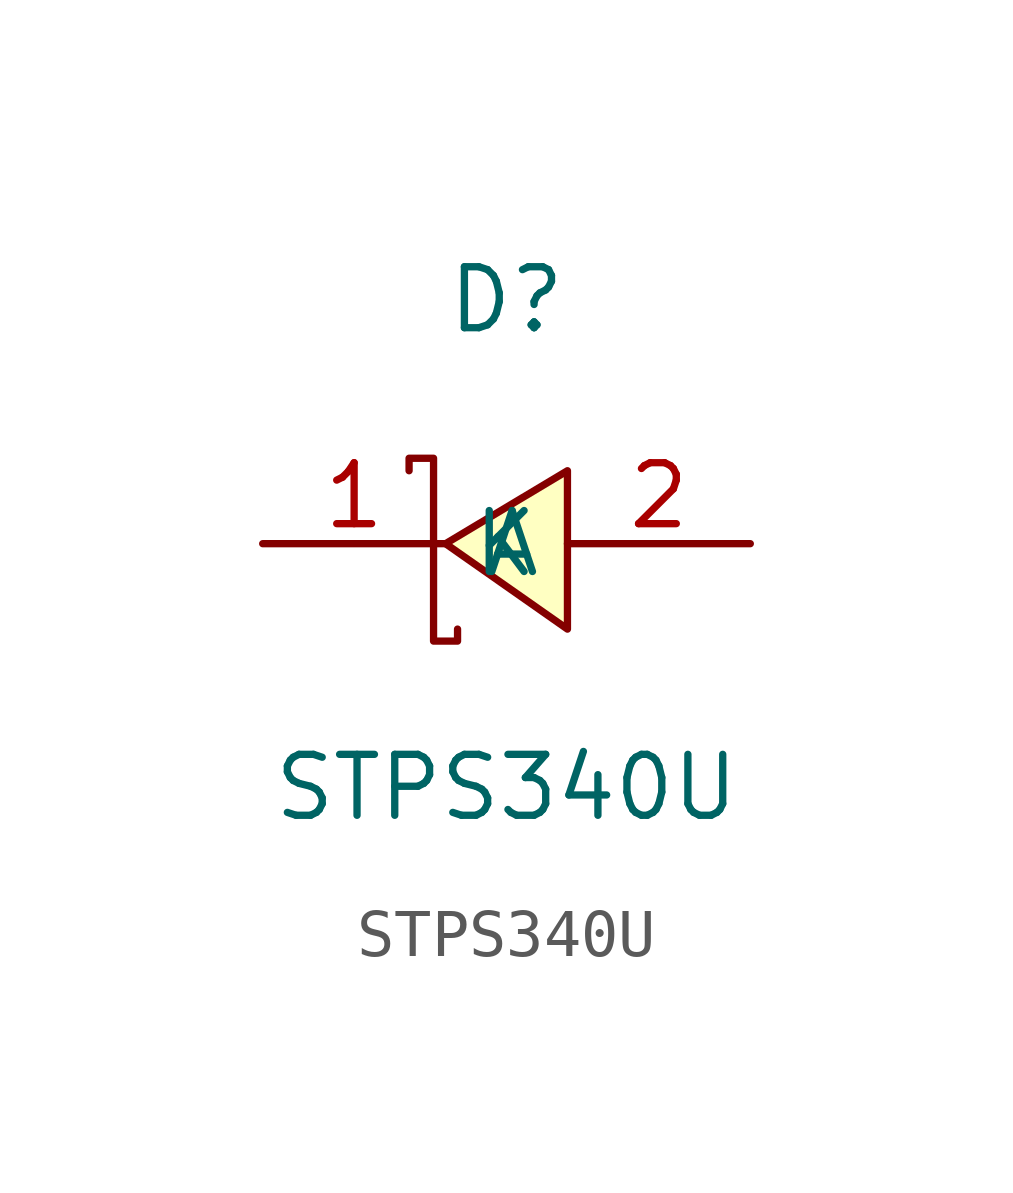
<source format=kicad_sym>
(kicad_symbol_lib
  (version 1)
  (generator "faebryk")
  (symbol "STPS340U"
    (property "Reference" "D"
      (at 0 5.08 0)
      (effects (font (size 1.27 1.27)) (hide no)))
    (property "Value" "STPS340U"
      (at 0 -5.08 0)
      (effects (font (size 1.27 1.27)) (hide no)))
    (symbol "STPS340U_0_1"
      (polyline (stroke (width 0) (type default) (color 0 0 0 0)) (fill (type background)) (pts (xy 1.27 1.52) (xy -1.27 0) (xy 1.27 -1.78) (xy 1.27 1.52)))
      (polyline (stroke (width 0) (type default) (color 0 0 0 0)) (fill (type none)) (pts (xy -2.03 1.52) (xy -2.03 1.78) (xy -1.52 1.78) (xy -1.52 -2.03) (xy -1.02 -2.03) (xy -1.02 -1.78)))
      (pin unspecified line (at 5.08 0 180) (length 3.81) (name "A" (effects (font (size 1.27 1.27)) (hide no))) (number "2" (effects (font (size 1.27 1.27)) (hide no))))
      (pin unspecified line (at -5.08 0 0) (length 3.81) (name "K" (effects (font (size 1.27 1.27)) (hide no))) (number "1" (effects (font (size 1.27 1.27)) (hide no)))))))
</source>
